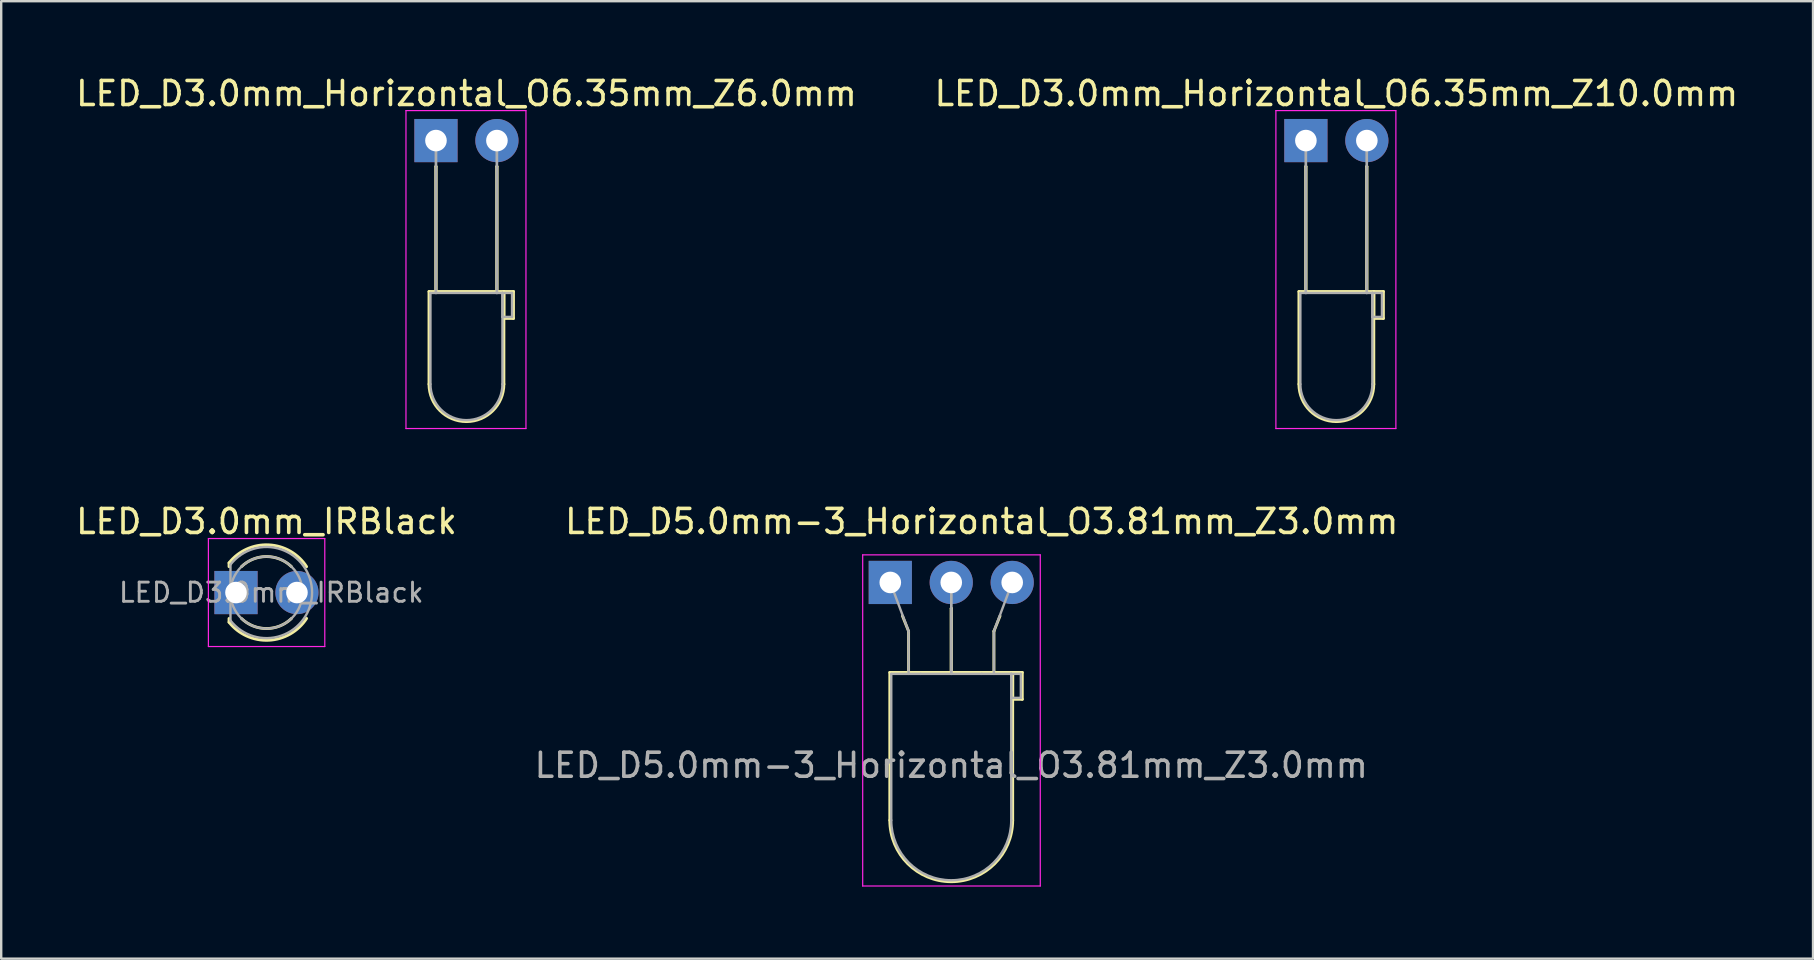
<source format=kicad_pcb>
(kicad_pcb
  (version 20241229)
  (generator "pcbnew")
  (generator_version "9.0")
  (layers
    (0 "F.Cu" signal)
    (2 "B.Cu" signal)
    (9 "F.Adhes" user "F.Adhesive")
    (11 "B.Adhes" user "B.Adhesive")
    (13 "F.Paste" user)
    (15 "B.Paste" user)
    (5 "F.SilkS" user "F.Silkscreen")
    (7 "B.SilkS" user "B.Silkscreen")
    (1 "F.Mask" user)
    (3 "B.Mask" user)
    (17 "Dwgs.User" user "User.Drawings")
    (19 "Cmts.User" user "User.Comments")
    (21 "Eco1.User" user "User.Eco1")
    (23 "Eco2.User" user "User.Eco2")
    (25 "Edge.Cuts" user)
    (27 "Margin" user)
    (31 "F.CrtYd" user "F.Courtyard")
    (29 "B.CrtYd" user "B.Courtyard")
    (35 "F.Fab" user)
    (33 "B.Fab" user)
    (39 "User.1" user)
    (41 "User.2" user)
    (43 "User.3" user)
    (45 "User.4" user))
  (footprint "LED_D5.0mm-3_Horizontal_O3.81mm_Z3.0mm"
    (layer "F.Cu")
    (at 34.049 21.221)
    (property "Reference" "LED_D5.0mm-3_Horizontal_O3.81mm_Z3.0mm" (at 3.81 -2.54 0) (layer "F.SilkS") (effects (font (size 1 1) (thickness 0.15))))
    (attr through_hole)
    (fp_line (start -0.02 3.75) (end -0.02 9.91) (stroke (width 0.12) (type solid)) (layer "F.SilkS"))
    (fp_line (start -0.02 3.75) (end 5.1 3.75) (stroke (width 0.12) (type solid)) (layer "F.SilkS"))
    (fp_line (start 0.762 2.032) (end 0.508 1.397) (stroke (width 0.12) (type solid)) (layer "F.SilkS"))
    (fp_line (start 0.762 2.032) (end 0.762 3.75) (stroke (width 0.12) (type solid)) (layer "F.SilkS"))
    (fp_line (start 1.27 3.75) (end 1.27 3.75) (stroke (width 0.12) (type solid)) (layer "F.SilkS"))
    (fp_line (start 2.54 1.08) (end 2.54 1.08) (stroke (width 0.12) (type solid)) (layer "F.SilkS"))
    (fp_line (start 2.54 1.08) (end 2.54 3.75) (stroke (width 0.12) (type solid)) (layer "F.SilkS"))
    (fp_line (start 2.54 3.75) (end 2.54 1.08) (stroke (width 0.12) (type solid)) (layer "F.SilkS"))
    (fp_line (start 3.81 3.75) (end 3.81 3.75) (stroke (width 0.12) (type solid)) (layer "F.SilkS"))
    (fp_line (start 4.318 2.032) (end 4.572 1.397) (stroke (width 0.12) (type solid)) (layer "F.SilkS"))
    (fp_line (start 4.318 3.75) (end 4.318 2.032) (stroke (width 0.12) (type solid)) (layer "F.SilkS"))
    (fp_line (start 5.1 3.75) (end 5.1 9.91) (stroke (width 0.12) (type solid)) (layer "F.SilkS"))
    (fp_line (start 5.1 3.75) (end 5.5 3.75) (stroke (width 0.12) (type solid)) (layer "F.SilkS"))
    (fp_line (start 5.1 4.87) (end 5.1 3.75) (stroke (width 0.12) (type solid)) (layer "F.SilkS"))
    (fp_line (start 5.5 3.75) (end 5.5 4.87) (stroke (width 0.12) (type solid)) (layer "F.SilkS"))
    (fp_line (start 5.5 4.87) (end 5.1 4.87) (stroke (width 0.12) (type solid)) (layer "F.SilkS"))
    (fp_arc (start 5.1 9.91) (mid 2.54 12.47) (end -0.02 9.91) (stroke (width 0.12) (type solid)) (layer "F.SilkS"))
    (fp_line (start -1.15 -1.15) (end -1.15 12.65) (stroke (width 0.05) (type solid)) (layer "F.CrtYd"))
    (fp_line (start -1.15 12.65) (end 6.25 12.65) (stroke (width 0.05) (type solid)) (layer "F.CrtYd"))
    (fp_line (start 6.25 -1.15) (end -1.15 -1.15) (stroke (width 0.05) (type solid)) (layer "F.CrtYd"))
    (fp_line (start 6.25 12.65) (end 6.25 -1.15) (stroke (width 0.05) (type solid)) (layer "F.CrtYd"))
    (fp_line (start 0.04 3.81) (end 0.04 9.91) (stroke (width 0.1) (type solid)) (layer "F.Fab"))
    (fp_line (start 0.04 3.81) (end 5.04 3.81) (stroke (width 0.1) (type solid)) (layer "F.Fab"))
    (fp_line (start 0.762 2.032) (end 0 0) (stroke (width 0.1) (type solid)) (layer "F.Fab"))
    (fp_line (start 0.762 3.81) (end 0.762 2.032) (stroke (width 0.1) (type solid)) (layer "F.Fab"))
    (fp_line (start 1.27 3.81) (end 1.27 3.81) (stroke (width 0.1) (type solid)) (layer "F.Fab"))
    (fp_line (start 2.54 0) (end 2.54 0) (stroke (width 0.1) (type solid)) (layer "F.Fab"))
    (fp_line (start 2.54 0) (end 2.54 3.81) (stroke (width 0.1) (type solid)) (layer "F.Fab"))
    (fp_line (start 2.54 3.81) (end 2.54 0) (stroke (width 0.1) (type solid)) (layer "F.Fab"))
    (fp_line (start 3.81 3.81) (end 3.81 3.81) (stroke (width 0.1) (type solid)) (layer "F.Fab"))
    (fp_line (start 4.318 2.032) (end 4.318 3.81) (stroke (width 0.1) (type solid)) (layer "F.Fab"))
    (fp_line (start 4.318 2.032) (end 5.08 0) (stroke (width 0.1) (type solid)) (layer "F.Fab"))
    (fp_line (start 5.04 3.81) (end 5.04 9.91) (stroke (width 0.1) (type solid)) (layer "F.Fab"))
    (fp_line (start 5.04 3.81) (end 5.44 3.81) (stroke (width 0.1) (type solid)) (layer "F.Fab"))
    (fp_line (start 5.04 4.81) (end 5.04 3.81) (stroke (width 0.1) (type solid)) (layer "F.Fab"))
    (fp_line (start 5.08 0) (end 5.08 0) (stroke (width 0.1) (type solid)) (layer "F.Fab"))
    (fp_line (start 5.44 3.81) (end 5.44 4.81) (stroke (width 0.1) (type solid)) (layer "F.Fab"))
    (fp_line (start 5.44 4.81) (end 5.04 4.81) (stroke (width 0.1) (type solid)) (layer "F.Fab"))
    (fp_arc (start 5.04 9.91) (mid 2.54 12.41) (end 0.04 9.91) (stroke (width 0.1) (type solid)) (layer "F.Fab"))
    (fp_text user "${REFERENCE}" (at 2.54 7.62 0) (layer "F.Fab") (effects (font (size 1 1) (thickness 0.15))))
    (pad "1" thru_hole rect (at 0 0) (size 1.8 1.8) (drill 0.9) (layers "*.Cu" "*.Mask"))
    (pad "2" thru_hole circle (at 2.54 0) (size 1.8 1.8) (drill 0.9) (layers "*.Cu" "*.Mask"))
    (pad "3" thru_hole circle (at 5.08 0) (size 1.8 1.8) (drill 0.9) (layers "*.Cu" "*.Mask")))
  (footprint "LED_D3.0mm_Horizontal_O6.35mm_Z10.0mm"
    (layer "F.Cu")
    (at 51.367 2.808)
    (property "Reference" "LED_D3.0mm_Horizontal_O6.35mm_Z10.0mm" (at 1.27 -1.96 0) (layer "F.SilkS") (effects (font (size 1 1) (thickness 0.15))))
    (attr through_hole)
    (fp_line (start -0.29 6.29) (end -0.29 10.15) (stroke (width 0.12) (type solid)) (layer "F.SilkS"))
    (fp_line (start -0.29 6.29) (end 2.83 6.29) (stroke (width 0.12) (type solid)) (layer "F.SilkS"))
    (fp_line (start 0 1.08) (end 0 1.08) (stroke (width 0.12) (type solid)) (layer "F.SilkS"))
    (fp_line (start 0 1.08) (end 0 6.29) (stroke (width 0.12) (type solid)) (layer "F.SilkS"))
    (fp_line (start 0 6.29) (end 0 1.08) (stroke (width 0.12) (type solid)) (layer "F.SilkS"))
    (fp_line (start 0 6.29) (end 0 6.29) (stroke (width 0.12) (type solid)) (layer "F.SilkS"))
    (fp_line (start 2.54 1.08) (end 2.54 1.08) (stroke (width 0.12) (type solid)) (layer "F.SilkS"))
    (fp_line (start 2.54 1.08) (end 2.54 6.29) (stroke (width 0.12) (type solid)) (layer "F.SilkS"))
    (fp_line (start 2.54 6.29) (end 2.54 1.08) (stroke (width 0.12) (type solid)) (layer "F.SilkS"))
    (fp_line (start 2.54 6.29) (end 2.54 6.29) (stroke (width 0.12) (type solid)) (layer "F.SilkS"))
    (fp_line (start 2.83 6.29) (end 2.83 10.15) (stroke (width 0.12) (type solid)) (layer "F.SilkS"))
    (fp_line (start 2.83 6.29) (end 3.23 6.29) (stroke (width 0.12) (type solid)) (layer "F.SilkS"))
    (fp_line (start 2.83 7.41) (end 2.83 6.29) (stroke (width 0.12) (type solid)) (layer "F.SilkS"))
    (fp_line (start 3.23 6.29) (end 3.23 7.41) (stroke (width 0.12) (type solid)) (layer "F.SilkS"))
    (fp_line (start 3.23 7.41) (end 2.83 7.41) (stroke (width 0.12) (type solid)) (layer "F.SilkS"))
    (fp_arc (start 2.83 10.15) (mid 1.27 11.71) (end -0.29 10.15) (stroke (width 0.12) (type solid)) (layer "F.SilkS"))
    (fp_line (start -1.25 -1.25) (end -1.25 12) (stroke (width 0.05) (type solid)) (layer "F.CrtYd"))
    (fp_line (start -1.25 12) (end 3.75 12) (stroke (width 0.05) (type solid)) (layer "F.CrtYd"))
    (fp_line (start 3.75 -1.25) (end -1.25 -1.25) (stroke (width 0.05) (type solid)) (layer "F.CrtYd"))
    (fp_line (start 3.75 12) (end 3.75 -1.25) (stroke (width 0.05) (type solid)) (layer "F.CrtYd"))
    (fp_line (start -0.23 6.35) (end -0.23 10.15) (stroke (width 0.1) (type solid)) (layer "F.Fab"))
    (fp_line (start -0.23 6.35) (end 2.77 6.35) (stroke (width 0.1) (type solid)) (layer "F.Fab"))
    (fp_line (start 0 0) (end 0 0) (stroke (width 0.1) (type solid)) (layer "F.Fab"))
    (fp_line (start 0 0) (end 0 6.35) (stroke (width 0.1) (type solid)) (layer "F.Fab"))
    (fp_line (start 0 6.35) (end 0 0) (stroke (width 0.1) (type solid)) (layer "F.Fab"))
    (fp_line (start 0 6.35) (end 0 6.35) (stroke (width 0.1) (type solid)) (layer "F.Fab"))
    (fp_line (start 2.54 0) (end 2.54 0) (stroke (width 0.1) (type solid)) (layer "F.Fab"))
    (fp_line (start 2.54 0) (end 2.54 6.35) (stroke (width 0.1) (type solid)) (layer "F.Fab"))
    (fp_line (start 2.54 6.35) (end 2.54 0) (stroke (width 0.1) (type solid)) (layer "F.Fab"))
    (fp_line (start 2.54 6.35) (end 2.54 6.35) (stroke (width 0.1) (type solid)) (layer "F.Fab"))
    (fp_line (start 2.77 6.35) (end 2.77 10.15) (stroke (width 0.1) (type solid)) (layer "F.Fab"))
    (fp_line (start 2.77 6.35) (end 3.17 6.35) (stroke (width 0.1) (type solid)) (layer "F.Fab"))
    (fp_line (start 2.77 7.35) (end 2.77 6.35) (stroke (width 0.1) (type solid)) (layer "F.Fab"))
    (fp_line (start 3.17 6.35) (end 3.17 7.35) (stroke (width 0.1) (type solid)) (layer "F.Fab"))
    (fp_line (start 3.17 7.35) (end 2.77 7.35) (stroke (width 0.1) (type solid)) (layer "F.Fab"))
    (fp_arc (start 2.77 10.15) (mid 1.27 11.65) (end -0.23 10.15) (stroke (width 0.1) (type solid)) (layer "F.Fab"))
    (pad "1" thru_hole rect (at 0 0) (size 1.8 1.8) (drill 0.9) (layers "*.Cu" "*.Mask"))
    (pad "2" thru_hole circle (at 2.54 0) (size 1.8 1.8) (drill 0.9) (layers "*.Cu" "*.Mask")))
  (footprint "LED_D3.0mm_IRBlack"
    (layer "F.Cu")
    (at 6.784 21.642)
    (property "Reference" "LED_D3.0mm_IRBlack" (at 1.27 -2.96 0) (layer "F.SilkS") (effects (font (size 1 1) (thickness 0.15))))
    (attr through_hole)
    (fp_line (start -0.29 -1.236) (end -0.29 -1.08) (stroke (width 0.12) (type solid)) (layer "F.SilkS"))
    (fp_line (start -0.29 1.08) (end -0.29 1.236) (stroke (width 0.12) (type solid)) (layer "F.SilkS"))
    (fp_arc (start -0.29 -1.235516) (mid 1.366487 -1.987659) (end 2.942335 -1.078608) (stroke (width 0.12) (type solid)) (layer "F.SilkS"))
    (fp_arc (start 0.229039 -1.08) (mid 1.270117 -1.5) (end 2.31113 -1.079837) (stroke (width 0.12) (type solid)) (layer "F.SilkS"))
    (fp_arc (start 2.31113 1.079837) (mid 1.270117 1.5) (end 0.229039 1.08) (stroke (width 0.12) (type solid)) (layer "F.SilkS"))
    (fp_arc (start 2.942335 1.078608) (mid 1.366487 1.987659) (end -0.29 1.235516) (stroke (width 0.12) (type solid)) (layer "F.SilkS"))
    (fp_line (start -1.15 -2.25) (end -1.15 2.25) (stroke (width 0.05) (type solid)) (layer "F.CrtYd"))
    (fp_line (start -1.15 2.25) (end 3.7 2.25) (stroke (width 0.05) (type solid)) (layer "F.CrtYd"))
    (fp_line (start 3.7 -2.25) (end -1.15 -2.25) (stroke (width 0.05) (type solid)) (layer "F.CrtYd"))
    (fp_line (start 3.7 2.25) (end 3.7 -2.25) (stroke (width 0.05) (type solid)) (layer "F.CrtYd"))
    (fp_line (start -0.23 -1.166) (end -0.23 1.166) (stroke (width 0.1) (type solid)) (layer "F.Fab"))
    (fp_arc (start -0.23 -1.16619) (mid 3.17 0.000452) (end -0.230555 1.165476) (stroke (width 0.1) (type solid)) (layer "F.Fab"))
    (fp_circle (center 1.27 0) (end 2.77 0) (stroke (width 0.1) (type solid)) (fill no) (layer "F.Fab"))
    (fp_text user "${REFERENCE}" (at 1.47 0 0) (layer "F.Fab") (effects (font (size 0.8 0.8) (thickness 0.12))))
    (pad "1" thru_hole rect (at 0 0) (size 1.8 1.8) (drill 0.9) (layers "*.Cu" "*.Mask"))
    (pad "2" thru_hole circle (at 2.54 0) (size 1.8 1.8) (drill 0.9) (layers "*.Cu" "*.Mask")))
  (footprint "LED_D3.0mm_Horizontal_O6.35mm_Z6.0mm"
    (layer "F.Cu")
    (at 15.117 2.808)
    (property "Reference" "LED_D3.0mm_Horizontal_O6.35mm_Z6.0mm" (at 1.27 -1.96 0) (layer "F.SilkS") (effects (font (size 1 1) (thickness 0.15))))
    (attr through_hole)
    (fp_line (start -0.29 6.29) (end -0.29 10.15) (stroke (width 0.12) (type solid)) (layer "F.SilkS"))
    (fp_line (start -0.29 6.29) (end 2.83 6.29) (stroke (width 0.12) (type solid)) (layer "F.SilkS"))
    (fp_line (start 0 1.08) (end 0 1.08) (stroke (width 0.12) (type solid)) (layer "F.SilkS"))
    (fp_line (start 0 1.08) (end 0 6.29) (stroke (width 0.12) (type solid)) (layer "F.SilkS"))
    (fp_line (start 0 6.29) (end 0 1.08) (stroke (width 0.12) (type solid)) (layer "F.SilkS"))
    (fp_line (start 0 6.29) (end 0 6.29) (stroke (width 0.12) (type solid)) (layer "F.SilkS"))
    (fp_line (start 2.54 1.08) (end 2.54 1.08) (stroke (width 0.12) (type solid)) (layer "F.SilkS"))
    (fp_line (start 2.54 1.08) (end 2.54 6.29) (stroke (width 0.12) (type solid)) (layer "F.SilkS"))
    (fp_line (start 2.54 6.29) (end 2.54 1.08) (stroke (width 0.12) (type solid)) (layer "F.SilkS"))
    (fp_line (start 2.54 6.29) (end 2.54 6.29) (stroke (width 0.12) (type solid)) (layer "F.SilkS"))
    (fp_line (start 2.83 6.29) (end 2.83 10.15) (stroke (width 0.12) (type solid)) (layer "F.SilkS"))
    (fp_line (start 2.83 6.29) (end 3.23 6.29) (stroke (width 0.12) (type solid)) (layer "F.SilkS"))
    (fp_line (start 2.83 7.41) (end 2.83 6.29) (stroke (width 0.12) (type solid)) (layer "F.SilkS"))
    (fp_line (start 3.23 6.29) (end 3.23 7.41) (stroke (width 0.12) (type solid)) (layer "F.SilkS"))
    (fp_line (start 3.23 7.41) (end 2.83 7.41) (stroke (width 0.12) (type solid)) (layer "F.SilkS"))
    (fp_arc (start 2.83 10.15) (mid 1.27 11.71) (end -0.29 10.15) (stroke (width 0.12) (type solid)) (layer "F.SilkS"))
    (fp_line (start -1.25 -1.25) (end -1.25 12) (stroke (width 0.05) (type solid)) (layer "F.CrtYd"))
    (fp_line (start -1.25 12) (end 3.75 12) (stroke (width 0.05) (type solid)) (layer "F.CrtYd"))
    (fp_line (start 3.75 -1.25) (end -1.25 -1.25) (stroke (width 0.05) (type solid)) (layer "F.CrtYd"))
    (fp_line (start 3.75 12) (end 3.75 -1.25) (stroke (width 0.05) (type solid)) (layer "F.CrtYd"))
    (fp_line (start -0.23 6.35) (end -0.23 10.15) (stroke (width 0.1) (type solid)) (layer "F.Fab"))
    (fp_line (start -0.23 6.35) (end 2.77 6.35) (stroke (width 0.1) (type solid)) (layer "F.Fab"))
    (fp_line (start 0 0) (end 0 0) (stroke (width 0.1) (type solid)) (layer "F.Fab"))
    (fp_line (start 0 0) (end 0 6.35) (stroke (width 0.1) (type solid)) (layer "F.Fab"))
    (fp_line (start 0 6.35) (end 0 0) (stroke (width 0.1) (type solid)) (layer "F.Fab"))
    (fp_line (start 0 6.35) (end 0 6.35) (stroke (width 0.1) (type solid)) (layer "F.Fab"))
    (fp_line (start 2.54 0) (end 2.54 0) (stroke (width 0.1) (type solid)) (layer "F.Fab"))
    (fp_line (start 2.54 0) (end 2.54 6.35) (stroke (width 0.1) (type solid)) (layer "F.Fab"))
    (fp_line (start 2.54 6.35) (end 2.54 0) (stroke (width 0.1) (type solid)) (layer "F.Fab"))
    (fp_line (start 2.54 6.35) (end 2.54 6.35) (stroke (width 0.1) (type solid)) (layer "F.Fab"))
    (fp_line (start 2.77 6.35) (end 2.77 10.15) (stroke (width 0.1) (type solid)) (layer "F.Fab"))
    (fp_line (start 2.77 6.35) (end 3.17 6.35) (stroke (width 0.1) (type solid)) (layer "F.Fab"))
    (fp_line (start 2.77 7.35) (end 2.77 6.35) (stroke (width 0.1) (type solid)) (layer "F.Fab"))
    (fp_line (start 3.17 6.35) (end 3.17 7.35) (stroke (width 0.1) (type solid)) (layer "F.Fab"))
    (fp_line (start 3.17 7.35) (end 2.77 7.35) (stroke (width 0.1) (type solid)) (layer "F.Fab"))
    (fp_arc (start 2.77 10.15) (mid 1.27 11.65) (end -0.23 10.15) (stroke (width 0.1) (type solid)) (layer "F.Fab"))
    (pad "1" thru_hole rect (at 0 0) (size 1.8 1.8) (drill 0.9) (layers "*.Cu" "*.Mask"))
    (pad "2" thru_hole circle (at 2.54 0) (size 1.8 1.8) (drill 0.9) (layers "*.Cu" "*.Mask")))
  (gr_rect
    (start -3 -3)
    (end 72.5 36.897)
    (stroke (width 0.1) (type default))
    (fill no)
    (layer "Edge.Cuts")))
</source>
